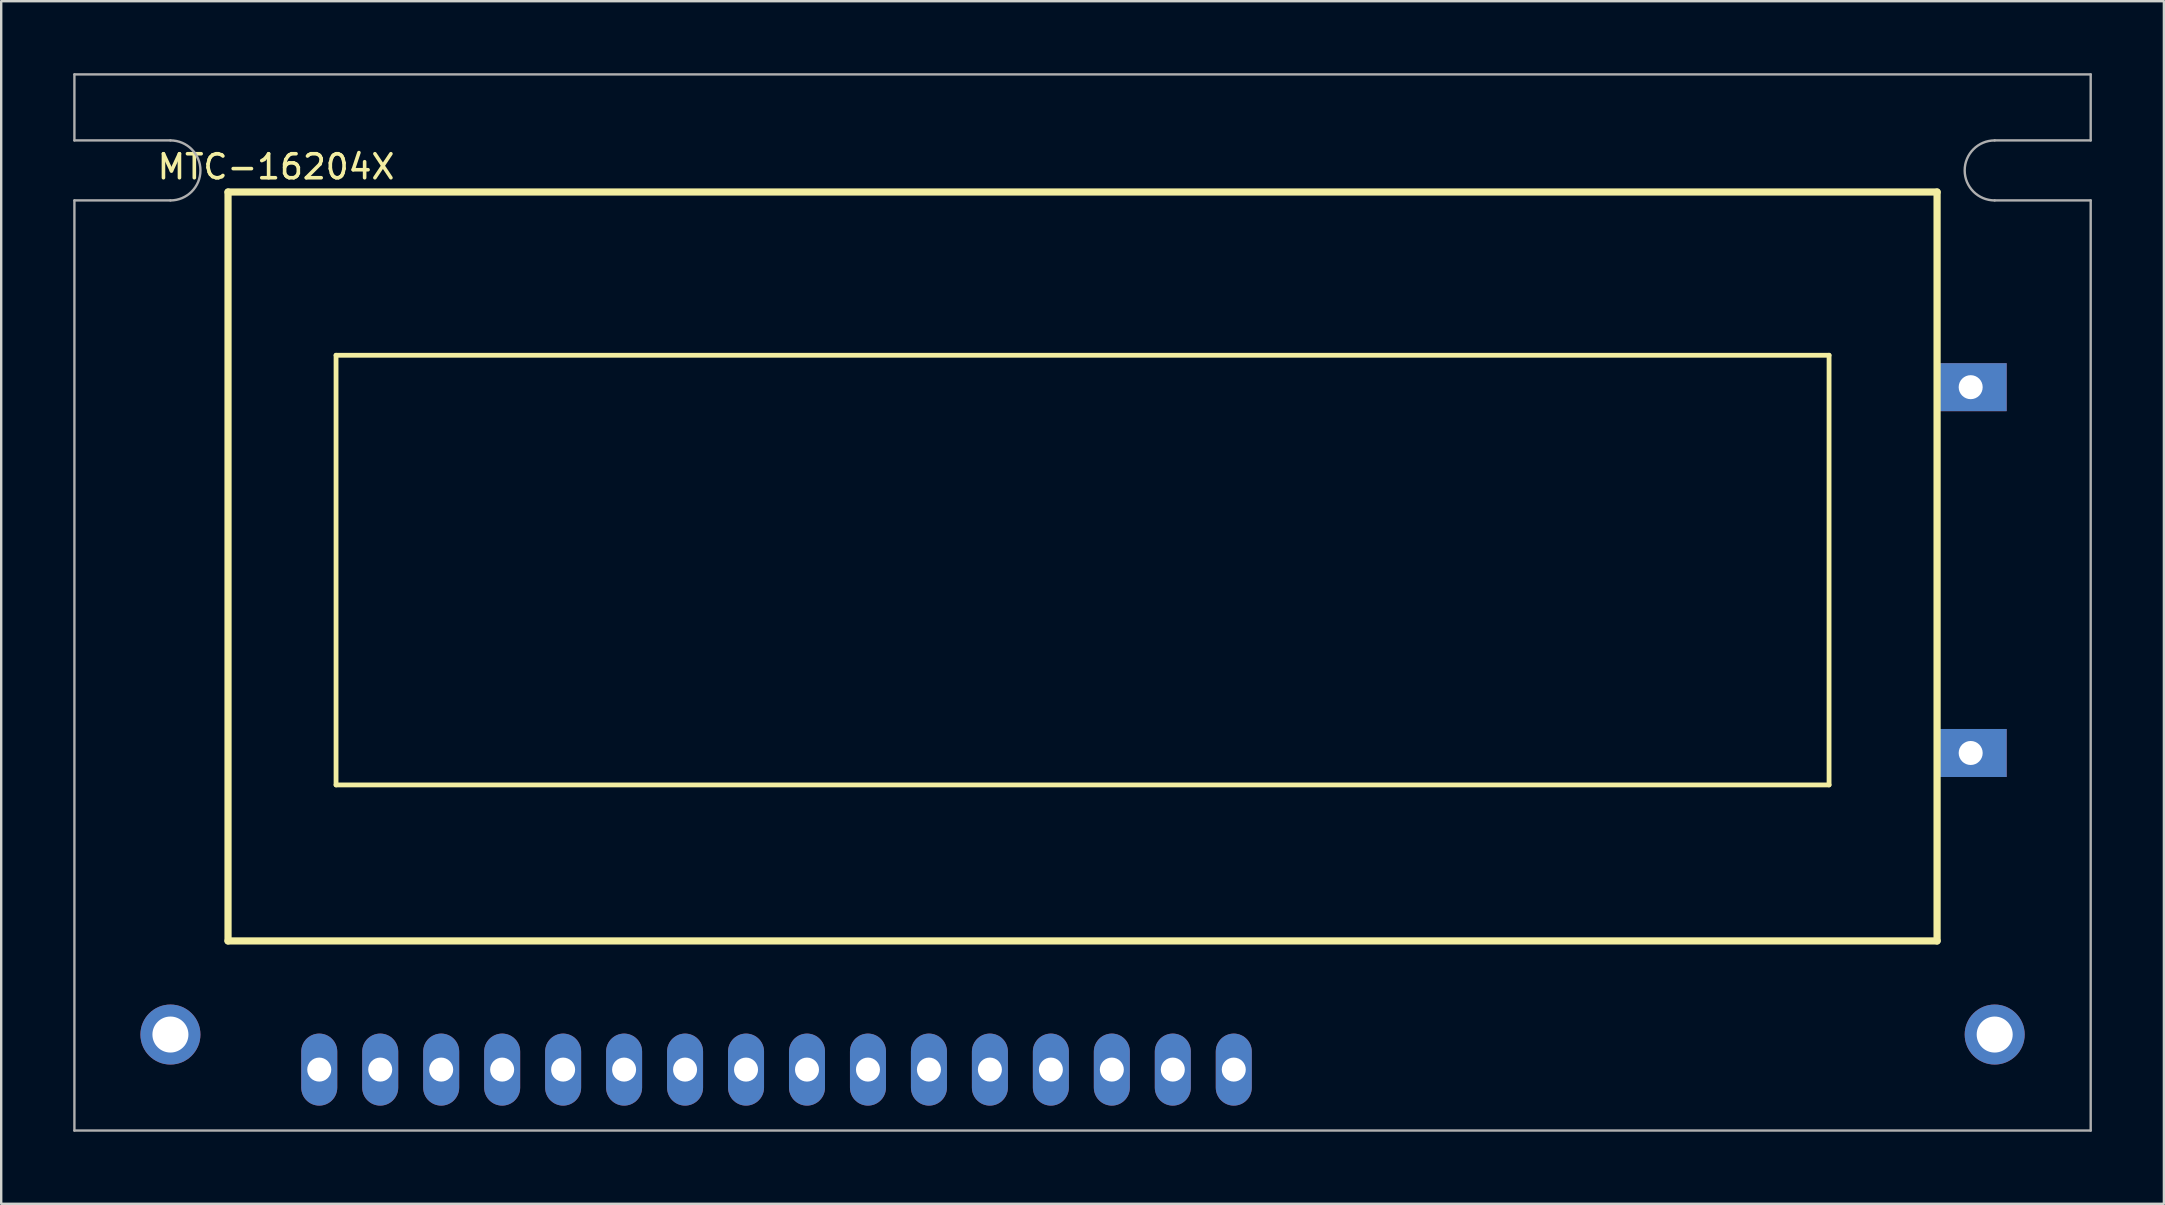
<source format=kicad_pcb>
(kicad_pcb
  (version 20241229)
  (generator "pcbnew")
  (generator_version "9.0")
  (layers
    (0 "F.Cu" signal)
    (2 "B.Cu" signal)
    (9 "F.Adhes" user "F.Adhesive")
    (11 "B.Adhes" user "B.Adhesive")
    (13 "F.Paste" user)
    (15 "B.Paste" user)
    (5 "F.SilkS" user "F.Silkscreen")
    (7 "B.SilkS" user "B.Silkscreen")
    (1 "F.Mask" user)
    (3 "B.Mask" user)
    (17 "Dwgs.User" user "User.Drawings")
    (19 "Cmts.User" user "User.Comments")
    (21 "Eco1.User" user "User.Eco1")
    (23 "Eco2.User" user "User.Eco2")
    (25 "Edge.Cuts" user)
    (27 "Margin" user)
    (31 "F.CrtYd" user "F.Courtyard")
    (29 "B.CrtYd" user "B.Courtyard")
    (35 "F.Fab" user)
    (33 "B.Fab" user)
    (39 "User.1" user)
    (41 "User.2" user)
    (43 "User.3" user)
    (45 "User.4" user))
  (footprint "MTC-16204X"
    (layer "F.Cu")
    (at 42.05 20.7)
    (property "Reference" "MTC-16204X" (at -33.6 -16.8 180) (layer "F.SilkS") (effects (font (size 1 1) (thickness 0.15))))
    (attr through_hole)
    (fp_line (start -35.6 -15.75) (end -35.6 15.45) (stroke (width 0.3) (type solid)) (layer "F.SilkS"))
    (fp_line (start -35.6 -15.75) (end 35.6 -15.75) (stroke (width 0.3) (type solid)) (layer "F.SilkS"))
    (fp_line (start -35.6 15.45) (end 35.6 15.45) (stroke (width 0.3) (type solid)) (layer "F.SilkS"))
    (fp_line (start -31.1 -8.95) (end -31.1 8.95) (stroke (width 0.2) (type solid)) (layer "F.SilkS"))
    (fp_line (start -31.1 -8.95) (end 31.1 -8.95) (stroke (width 0.2) (type solid)) (layer "F.SilkS"))
    (fp_line (start -31.1 8.95) (end 31.1 8.95) (stroke (width 0.2) (type solid)) (layer "F.SilkS"))
    (fp_line (start 31.1 -8.95) (end 31.1 8.95) (stroke (width 0.2) (type solid)) (layer "F.SilkS"))
    (fp_line (start 35.6 -15.75) (end 35.6 15.45) (stroke (width 0.3) (type solid)) (layer "F.SilkS"))
    (fp_line (start -42 -20.65) (end -42 -17.9) (stroke (width 0.1) (type solid)) (layer "F.Fab"))
    (fp_line (start -42 -20.65) (end 42 -20.65) (stroke (width 0.1) (type solid)) (layer "F.Fab"))
    (fp_line (start -42 -15.4) (end -42 23.35) (stroke (width 0.1) (type solid)) (layer "F.Fab"))
    (fp_line (start -42 23.35) (end 42 23.35) (stroke (width 0.1) (type solid)) (layer "F.Fab"))
    (fp_line (start -38 -17.9) (end -42 -17.9) (stroke (width 0.1) (type solid)) (layer "F.Fab"))
    (fp_line (start -38 -15.4) (end -42 -15.4) (stroke (width 0.1) (type solid)) (layer "F.Fab"))
    (fp_line (start 38 -17.9) (end 42 -17.9) (stroke (width 0.1) (type solid)) (layer "F.Fab"))
    (fp_line (start 38 -15.4) (end 42 -15.4) (stroke (width 0.1) (type solid)) (layer "F.Fab"))
    (fp_line (start 42 -20.65) (end 42 -17.9) (stroke (width 0.1) (type solid)) (layer "F.Fab"))
    (fp_line (start 42 -15.4) (end 42 23.35) (stroke (width 0.1) (type solid)) (layer "F.Fab"))
    (fp_arc (start -38 -17.9) (mid -36.75 -16.65) (end -38 -15.4) (stroke (width 0.1) (type solid)) (layer "F.Fab"))
    (fp_arc (start 38 -15.4) (mid 36.75 -16.65) (end 38 -17.9) (stroke (width 0.1) (type solid)) (layer "F.Fab"))
    (pad "" thru_hole circle (at -38 19.35) (size 2.5 2.5) (drill 1.5) (layers "*.Cu" "*.Mask"))
    (pad "" thru_hole rect (at 37 -7.62) (size 3 2) (drill 1) (layers "*.Cu" "*.Mask"))
    (pad "" thru_hole rect (at 37 7.62) (size 3 2) (drill 1) (layers "*.Cu" "*.Mask"))
    (pad "" thru_hole circle (at 38 19.35) (size 2.5 2.5) (drill 1.5) (layers "*.Cu" "*.Mask"))
    (pad "1" thru_hole oval (at 1.22 20.81) (size 1.5 3) (drill 1) (layers "*.Cu" "*.Mask"))
    (pad "2" thru_hole oval (at -1.32 20.81) (size 1.5 3) (drill 1) (layers "*.Cu" "*.Mask"))
    (pad "3" thru_hole oval (at -3.86 20.81) (size 1.5 3) (drill 1) (layers "*.Cu" "*.Mask"))
    (pad "4" thru_hole oval (at -6.4 20.81) (size 1.5 3) (drill 1) (layers "*.Cu" "*.Mask"))
    (pad "5" thru_hole oval (at -8.94 20.81) (size 1.5 3) (drill 1) (layers "*.Cu" "*.Mask"))
    (pad "6" thru_hole oval (at -11.48 20.81) (size 1.5 3) (drill 1) (layers "*.Cu" "*.Mask"))
    (pad "7" thru_hole oval (at -14.02 20.81) (size 1.5 3) (drill 1) (layers "*.Cu" "*.Mask"))
    (pad "8" thru_hole oval (at -16.56 20.81) (size 1.5 3) (drill 1) (layers "*.Cu" "*.Mask"))
    (pad "9" thru_hole oval (at -19.1 20.81) (size 1.5 3) (drill 1) (layers "*.Cu" "*.Mask"))
    (pad "10" thru_hole oval (at -21.64 20.81) (size 1.5 3) (drill 1) (layers "*.Cu" "*.Mask"))
    (pad "11" thru_hole oval (at -24.18 20.81) (size 1.5 3) (drill 1) (layers "*.Cu" "*.Mask"))
    (pad "12" thru_hole oval (at -26.72 20.81) (size 1.5 3) (drill 1) (layers "*.Cu" "*.Mask"))
    (pad "13" thru_hole oval (at -29.26 20.81) (size 1.5 3) (drill 1) (layers "*.Cu" "*.Mask"))
    (pad "14" thru_hole oval (at -31.8 20.81) (size 1.5 3) (drill 1) (layers "*.Cu" "*.Mask"))
    (pad "15" thru_hole oval (at 3.76 20.81) (size 1.5 3) (drill 1) (layers "*.Cu" "*.Mask"))
    (pad "16" thru_hole oval (at 6.3 20.81) (size 1.5 3) (drill 1) (layers "*.Cu" "*.Mask")))
  (gr_rect
    (start -3 -3)
    (end 87.1 47.1)
    (stroke (width 0.1) (type default))
    (fill no)
    (layer "Edge.Cuts")))
</source>
